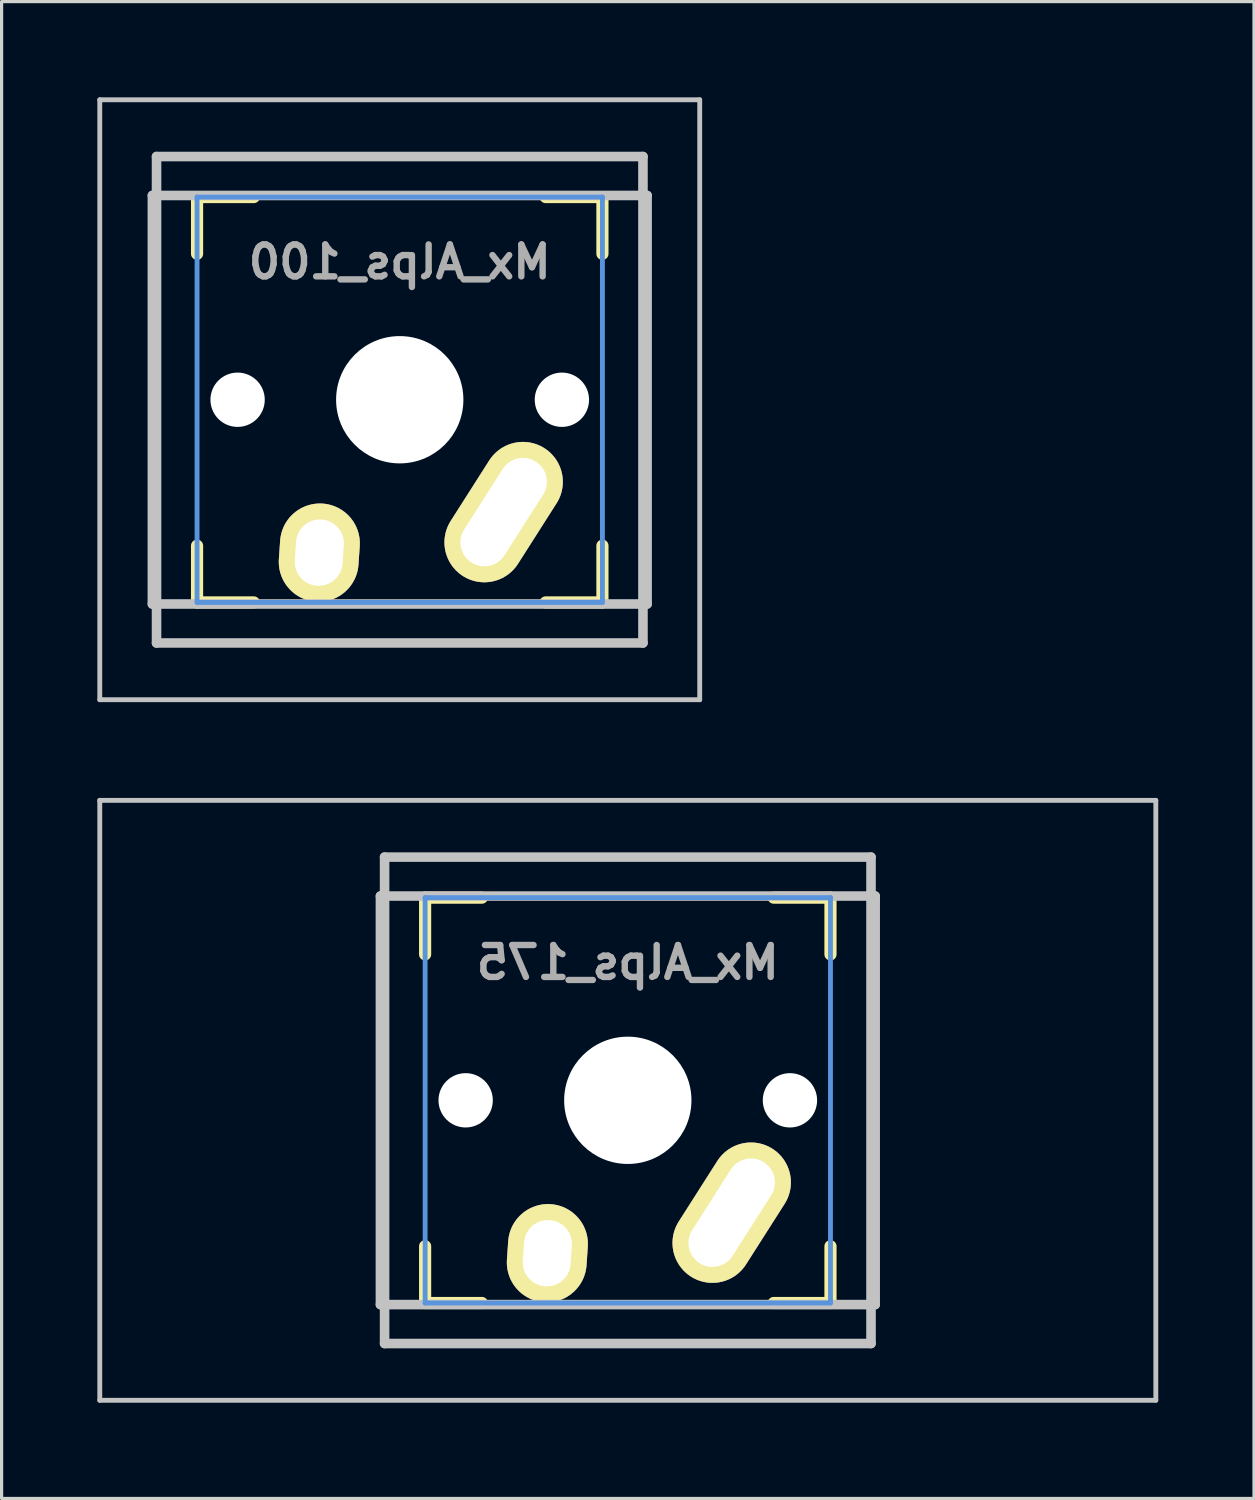
<source format=kicad_pcb>
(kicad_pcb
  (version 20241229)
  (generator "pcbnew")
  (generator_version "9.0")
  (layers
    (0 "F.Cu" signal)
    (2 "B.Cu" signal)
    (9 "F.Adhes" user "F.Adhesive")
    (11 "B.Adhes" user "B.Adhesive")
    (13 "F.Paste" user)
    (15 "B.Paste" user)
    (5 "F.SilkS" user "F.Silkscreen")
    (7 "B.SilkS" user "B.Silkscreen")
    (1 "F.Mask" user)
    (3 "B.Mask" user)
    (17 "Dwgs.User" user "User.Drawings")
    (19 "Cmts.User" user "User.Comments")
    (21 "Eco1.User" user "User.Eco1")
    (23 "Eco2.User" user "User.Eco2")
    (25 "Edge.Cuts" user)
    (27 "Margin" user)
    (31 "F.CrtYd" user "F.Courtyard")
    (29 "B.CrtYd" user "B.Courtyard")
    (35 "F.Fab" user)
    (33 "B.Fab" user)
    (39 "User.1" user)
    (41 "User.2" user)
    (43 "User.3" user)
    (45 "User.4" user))
  (footprint "Mx_Alps_100"
    (layer "F.Cu")
    (at 9.474 5.486)
    (property "Reference" "Mx_Alps_100" (at 0 -0.33 180) (layer "F.Fab") (effects (font (size 1 1) (thickness 0.2)) (justify mirror)))
    (attr through_hole)
    (fp_line (start -6.35 -2.362) (end -4.572 -2.362) (stroke (width 0.381) (type solid)) (layer "F.SilkS"))
    (fp_line (start -6.35 -0.584) (end -6.35 -2.362) (stroke (width 0.381) (type solid)) (layer "F.SilkS"))
    (fp_line (start -6.35 10.338) (end -6.35 8.56) (stroke (width 0.381) (type solid)) (layer "F.SilkS"))
    (fp_line (start -4.572 10.338) (end -6.35 10.338) (stroke (width 0.381) (type solid)) (layer "F.SilkS"))
    (fp_line (start 4.572 -2.362) (end 6.35 -2.362) (stroke (width 0.381) (type solid)) (layer "F.SilkS"))
    (fp_line (start 6.35 -2.362) (end 6.35 -0.584) (stroke (width 0.381) (type solid)) (layer "F.SilkS"))
    (fp_line (start 6.35 8.56) (end 6.35 10.338) (stroke (width 0.381) (type solid)) (layer "F.SilkS"))
    (fp_line (start 6.35 10.338) (end 4.572 10.338) (stroke (width 0.381) (type solid)) (layer "F.SilkS"))
    (fp_line (start -9.398 -5.41) (end 9.398 -5.41) (stroke (width 0.152) (type solid)) (layer "Dwgs.User"))
    (fp_line (start -9.398 13.386) (end -9.398 -5.41) (stroke (width 0.152) (type solid)) (layer "Dwgs.User"))
    (fp_line (start -7.75 -2.412) (end -7.75 10.388) (stroke (width 0.3) (type solid)) (layer "Dwgs.User"))
    (fp_line (start -7.75 10.388) (end 7.75 10.388) (stroke (width 0.3) (type solid)) (layer "Dwgs.User"))
    (fp_line (start -7.62 -3.632) (end 7.62 -3.632) (stroke (width 0.3) (type solid)) (layer "Dwgs.User"))
    (fp_line (start -7.62 11.608) (end -7.62 -3.632) (stroke (width 0.3) (type solid)) (layer "Dwgs.User"))
    (fp_line (start 7.62 -3.632) (end 7.62 11.608) (stroke (width 0.3) (type solid)) (layer "Dwgs.User"))
    (fp_line (start 7.62 11.608) (end -7.62 11.608) (stroke (width 0.3) (type solid)) (layer "Dwgs.User"))
    (fp_line (start 7.75 -2.412) (end -7.75 -2.412) (stroke (width 0.3) (type solid)) (layer "Dwgs.User"))
    (fp_line (start 7.75 -2.412) (end 7.75 10.388) (stroke (width 0.3) (type solid)) (layer "Dwgs.User"))
    (fp_line (start 9.398 -5.41) (end 9.398 13.386) (stroke (width 0.152) (type solid)) (layer "Dwgs.User"))
    (fp_line (start 9.398 13.386) (end -9.398 13.386) (stroke (width 0.152) (type solid)) (layer "Dwgs.User"))
    (fp_line (start -6.35 -2.362) (end 6.35 -2.362) (stroke (width 0.152) (type solid)) (layer "Cmts.User"))
    (fp_line (start -6.35 10.338) (end -6.35 -2.362) (stroke (width 0.152) (type solid)) (layer "Cmts.User"))
    (fp_line (start 6.35 -2.362) (end 6.35 10.338) (stroke (width 0.152) (type solid)) (layer "Cmts.User"))
    (fp_line (start 6.35 10.338) (end -6.35 10.338) (stroke (width 0.152) (type solid)) (layer "Cmts.User"))
    (fp_line (start -6.985 -2.997) (end 6.985 -2.997) (stroke (width 0.152) (type solid)) (layer "Eco2.User"))
    (fp_line (start -6.985 10.973) (end -6.985 -2.997) (stroke (width 0.152) (type solid)) (layer "Eco2.User"))
    (fp_line (start 6.985 -2.997) (end 6.985 10.973) (stroke (width 0.152) (type solid)) (layer "Eco2.User"))
    (fp_line (start 6.985 10.973) (end -6.985 10.973) (stroke (width 0.152) (type solid)) (layer "Eco2.User"))
    (pad "" np_thru_hole circle (at -5.08 3.988 180) (size 1.702 1.702) (drill 1.702) (layers "*.Cu" "*.Mask"))
    (pad "" np_thru_hole circle (at 0 3.988 180) (size 3.988 3.988) (drill 3.988) (layers "*.Cu" "*.Mask"))
    (pad "" np_thru_hole circle (at 5.08 3.988 180) (size 1.702 1.702) (drill 1.702) (layers "*.Cu" "*.Mask"))
    (pad "1" thru_hole oval (at 3.255 7.508 147.5) (size 2.5 4.75) (drill oval 1.5 3.75) (layers "*.Cu" "*.Mask" "F.SilkS"))
    (pad "2" thru_hole oval (at -2.52 8.778 176.1) (size 2.5 3.08) (drill oval 1.5 2.08) (layers "*.Cu" "*.Mask" "F.SilkS")))
  (footprint "Mx_Alps_175"
    (layer "F.Cu")
    (at 16.619 27.435)
    (property "Reference" "Mx_Alps_175" (at 0 -0.33 180) (layer "F.Fab") (effects (font (size 1 1) (thickness 0.2)) (justify mirror)))
    (attr through_hole)
    (fp_line (start -6.35 -2.362) (end -4.572 -2.362) (stroke (width 0.381) (type solid)) (layer "F.SilkS"))
    (fp_line (start -6.35 -0.584) (end -6.35 -2.362) (stroke (width 0.381) (type solid)) (layer "F.SilkS"))
    (fp_line (start -6.35 10.338) (end -6.35 8.56) (stroke (width 0.381) (type solid)) (layer "F.SilkS"))
    (fp_line (start -4.572 10.338) (end -6.35 10.338) (stroke (width 0.381) (type solid)) (layer "F.SilkS"))
    (fp_line (start 4.572 -2.362) (end 6.35 -2.362) (stroke (width 0.381) (type solid)) (layer "F.SilkS"))
    (fp_line (start 6.35 -2.362) (end 6.35 -0.584) (stroke (width 0.381) (type solid)) (layer "F.SilkS"))
    (fp_line (start 6.35 8.56) (end 6.35 10.338) (stroke (width 0.381) (type solid)) (layer "F.SilkS"))
    (fp_line (start 6.35 10.338) (end 4.572 10.338) (stroke (width 0.381) (type solid)) (layer "F.SilkS"))
    (fp_line (start -16.543 -5.41) (end 16.543 -5.41) (stroke (width 0.152) (type solid)) (layer "Dwgs.User"))
    (fp_line (start -16.543 13.386) (end -16.543 -5.41) (stroke (width 0.152) (type solid)) (layer "Dwgs.User"))
    (fp_line (start -7.75 -2.412) (end -7.75 10.388) (stroke (width 0.3) (type solid)) (layer "Dwgs.User"))
    (fp_line (start -7.75 10.388) (end 7.75 10.388) (stroke (width 0.3) (type solid)) (layer "Dwgs.User"))
    (fp_line (start -7.62 -3.632) (end 7.62 -3.632) (stroke (width 0.3) (type solid)) (layer "Dwgs.User"))
    (fp_line (start -7.62 11.608) (end -7.62 -3.632) (stroke (width 0.3) (type solid)) (layer "Dwgs.User"))
    (fp_line (start 7.62 -3.632) (end 7.62 11.608) (stroke (width 0.3) (type solid)) (layer "Dwgs.User"))
    (fp_line (start 7.62 11.608) (end -7.62 11.608) (stroke (width 0.3) (type solid)) (layer "Dwgs.User"))
    (fp_line (start 7.75 -2.412) (end -7.75 -2.412) (stroke (width 0.3) (type solid)) (layer "Dwgs.User"))
    (fp_line (start 7.75 -2.412) (end 7.75 10.388) (stroke (width 0.3) (type solid)) (layer "Dwgs.User"))
    (fp_line (start 16.543 -5.41) (end 16.543 13.386) (stroke (width 0.152) (type solid)) (layer "Dwgs.User"))
    (fp_line (start 16.543 13.386) (end -16.543 13.386) (stroke (width 0.152) (type solid)) (layer "Dwgs.User"))
    (fp_line (start -6.35 -2.362) (end 6.35 -2.362) (stroke (width 0.152) (type solid)) (layer "Cmts.User"))
    (fp_line (start -6.35 10.338) (end -6.35 -2.362) (stroke (width 0.152) (type solid)) (layer "Cmts.User"))
    (fp_line (start 6.35 -2.362) (end 6.35 10.338) (stroke (width 0.152) (type solid)) (layer "Cmts.User"))
    (fp_line (start 6.35 10.338) (end -6.35 10.338) (stroke (width 0.152) (type solid)) (layer "Cmts.User"))
    (fp_line (start -6.985 -2.997) (end 6.985 -2.997) (stroke (width 0.152) (type solid)) (layer "Eco2.User"))
    (fp_line (start -6.985 10.973) (end -6.985 -2.997) (stroke (width 0.152) (type solid)) (layer "Eco2.User"))
    (fp_line (start 6.985 -2.997) (end 6.985 10.973) (stroke (width 0.152) (type solid)) (layer "Eco2.User"))
    (fp_line (start 6.985 10.973) (end -6.985 10.973) (stroke (width 0.152) (type solid)) (layer "Eco2.User"))
    (pad "" np_thru_hole circle (at -5.08 3.988 180) (size 1.702 1.702) (drill 1.702) (layers "*.Cu" "*.Mask"))
    (pad "" np_thru_hole circle (at 0 3.988 180) (size 3.988 3.988) (drill 3.988) (layers "*.Cu" "*.Mask"))
    (pad "" np_thru_hole circle (at 5.08 3.988 180) (size 1.702 1.702) (drill 1.702) (layers "*.Cu" "*.Mask"))
    (pad "1" thru_hole oval (at 3.255 7.508 147.5) (size 2.5 4.75) (drill oval 1.5 3.75) (layers "*.Cu" "*.Mask" "F.SilkS"))
    (pad "2" thru_hole oval (at -2.52 8.778 176.1) (size 2.5 3.08) (drill oval 1.5 2.08) (layers "*.Cu" "*.Mask" "F.SilkS")))
  (gr_rect
    (start -3 -3)
    (end 36.238 43.897)
    (stroke (width 0.1) (type default))
    (fill no)
    (layer "Edge.Cuts")))
</source>
